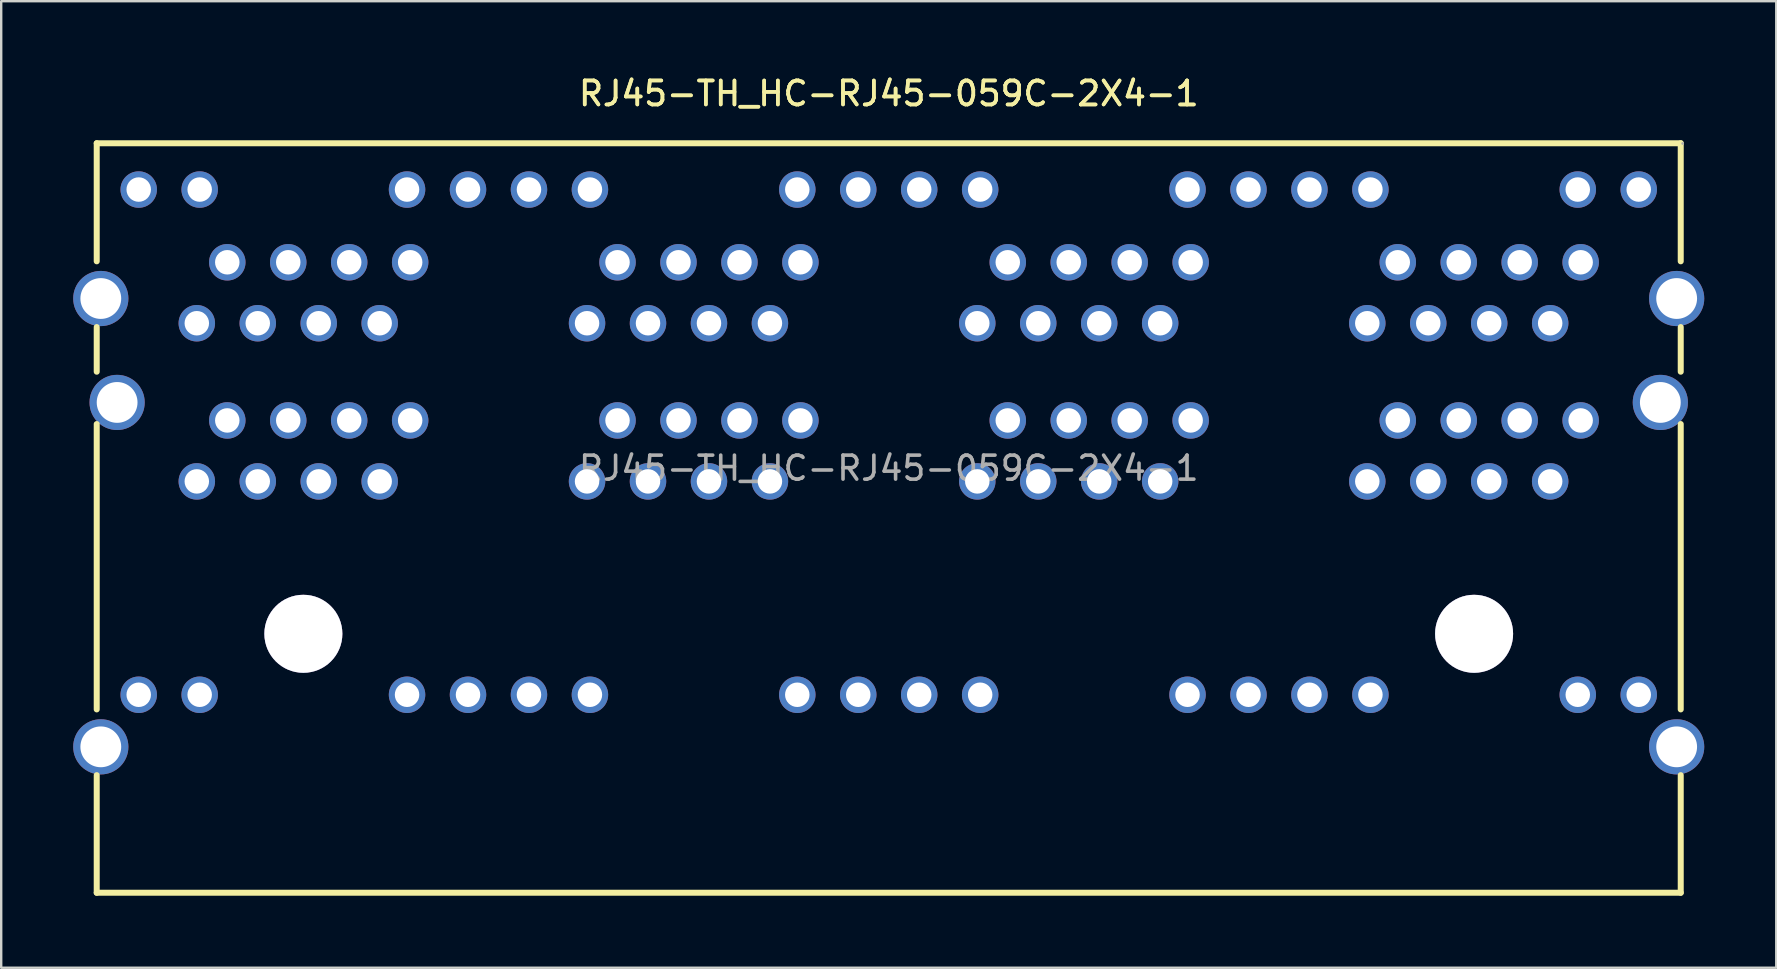
<source format=kicad_pcb>
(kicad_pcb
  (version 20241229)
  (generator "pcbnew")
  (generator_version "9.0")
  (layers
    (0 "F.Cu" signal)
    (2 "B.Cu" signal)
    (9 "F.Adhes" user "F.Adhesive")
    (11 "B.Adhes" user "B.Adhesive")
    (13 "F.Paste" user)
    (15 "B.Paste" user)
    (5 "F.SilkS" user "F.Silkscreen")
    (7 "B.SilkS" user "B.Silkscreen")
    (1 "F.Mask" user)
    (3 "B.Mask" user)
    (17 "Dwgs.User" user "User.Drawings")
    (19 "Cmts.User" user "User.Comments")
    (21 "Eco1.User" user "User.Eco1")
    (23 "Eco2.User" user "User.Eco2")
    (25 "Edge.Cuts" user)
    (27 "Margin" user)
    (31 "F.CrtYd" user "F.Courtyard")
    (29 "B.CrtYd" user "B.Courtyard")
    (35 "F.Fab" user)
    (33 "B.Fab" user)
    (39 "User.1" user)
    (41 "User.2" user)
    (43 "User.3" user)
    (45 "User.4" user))
  (footprint "RJ45-TH_HC-RJ45-059C-2X4-1"
    (layer "F.Cu")
    (at 33.98 16.458)
    (property "Reference" "RJ45-TH_HC-RJ45-059C-2X4-1" (at 0 -15.61 0) (layer "F.SilkS") (effects (font (size 1 1) (thickness 0.15))))
    (attr through_hole)
    (fp_line (start -33 -13.54) (end -33 -8.62) (stroke (width 0.25) (type solid)) (layer "F.SilkS"))
    (fp_line (start -33 -5.88) (end -33 -4.02) (stroke (width 0.25) (type solid)) (layer "F.SilkS"))
    (fp_line (start -33 -1.84) (end -33 10.05) (stroke (width 0.25) (type solid)) (layer "F.SilkS"))
    (fp_line (start -33 12.79) (end -33 17.69) (stroke (width 0.25) (type solid)) (layer "F.SilkS"))
    (fp_line (start 33 -13.54) (end -33 -13.54) (stroke (width 0.25) (type solid)) (layer "F.SilkS"))
    (fp_line (start 33 -13.54) (end 33 -8.62) (stroke (width 0.25) (type solid)) (layer "F.SilkS"))
    (fp_line (start 33 -5.88) (end 33 -4.02) (stroke (width 0.25) (type solid)) (layer "F.SilkS"))
    (fp_line (start 33 -1.84) (end 33 10.05) (stroke (width 0.25) (type solid)) (layer "F.SilkS"))
    (fp_line (start 33 12.79) (end 33 17.69) (stroke (width 0.25) (type solid)) (layer "F.SilkS"))
    (fp_line (start 33 17.69) (end -33 17.69) (stroke (width 0.25) (type solid)) (layer "F.SilkS"))
    (fp_circle (center -24.39 6.9) (end -23.64 6.9) (stroke (width 1.5) (type solid)) (fill no) (layer "Cmts.User"))
    (fp_circle (center 24.39 6.9) (end 25.14 6.9) (stroke (width 1.5) (type solid)) (fill no) (layer "Cmts.User"))
    (fp_circle (center 33.08 -13.53) (end 33.11 -13.53) (stroke (width 0.06) (type solid)) (fill no) (layer "F.Fab"))
    (fp_text user "${REFERENCE}" (at 0 -15.61 0) (layer "F.SilkS") (effects (font (size 1 1) (thickness 0.15))))
    (fp_text user "${REFERENCE}" (at 0 0 0) (layer "F.Fab") (effects (font (size 1 1) (thickness 0.15))))
    (pad "" thru_hole circle (at -24.39 6.9) (size 3.25 3.25) (drill 3.25) (layers "*.Cu" "*.Mask"))
    (pad "" thru_hole circle (at 24.39 6.9) (size 3.25 3.25) (drill 3.25) (layers "*.Cu" "*.Mask"))
    (pad "1" thru_hole circle (at 28.83 -8.58) (size 1.52 1.52) (drill 1.02) (layers "*.Cu" "*.Mask"))
    (pad "2" thru_hole circle (at 27.56 -6.04) (size 1.52 1.52) (drill 1.02) (layers "*.Cu" "*.Mask"))
    (pad "3" thru_hole circle (at 26.29 -8.58) (size 1.52 1.52) (drill 1.02) (layers "*.Cu" "*.Mask"))
    (pad "4" thru_hole circle (at 25.02 -6.04) (size 1.52 1.52) (drill 1.02) (layers "*.Cu" "*.Mask"))
    (pad "5" thru_hole circle (at 23.75 -8.58) (size 1.52 1.52) (drill 1.02) (layers "*.Cu" "*.Mask"))
    (pad "6" thru_hole circle (at 22.48 -6.04) (size 1.52 1.52) (drill 1.02) (layers "*.Cu" "*.Mask"))
    (pad "7" thru_hole circle (at 21.21 -8.58) (size 1.52 1.52) (drill 1.02) (layers "*.Cu" "*.Mask"))
    (pad "8" thru_hole circle (at 19.94 -6.04) (size 1.52 1.52) (drill 1.02) (layers "*.Cu" "*.Mask"))
    (pad "9" thru_hole circle (at 31.25 -11.61) (size 1.52 1.52) (drill 1.02) (layers "*.Cu" "*.Mask"))
    (pad "10" thru_hole circle (at 28.71 -11.61) (size 1.52 1.52) (drill 1.02) (layers "*.Cu" "*.Mask"))
    (pad "11" thru_hole circle (at 20.07 -11.61) (size 1.52 1.52) (drill 1.02) (layers "*.Cu" "*.Mask"))
    (pad "12" thru_hole circle (at 17.53 -11.61) (size 1.52 1.52) (drill 1.02) (layers "*.Cu" "*.Mask"))
    (pad "13" thru_hole circle (at 12.58 -8.58) (size 1.52 1.52) (drill 1.02) (layers "*.Cu" "*.Mask"))
    (pad "14" thru_hole circle (at 11.31 -6.04) (size 1.52 1.52) (drill 1.02) (layers "*.Cu" "*.Mask"))
    (pad "15" thru_hole circle (at 10.04 -8.58) (size 1.52 1.52) (drill 1.02) (layers "*.Cu" "*.Mask"))
    (pad "16" thru_hole circle (at 8.77 -6.04) (size 1.52 1.52) (drill 1.02) (layers "*.Cu" "*.Mask"))
    (pad "17" thru_hole circle (at 7.5 -8.58) (size 1.52 1.52) (drill 1.02) (layers "*.Cu" "*.Mask"))
    (pad "18" thru_hole circle (at 6.23 -6.04) (size 1.52 1.52) (drill 1.02) (layers "*.Cu" "*.Mask"))
    (pad "19" thru_hole circle (at 4.96 -8.58) (size 1.52 1.52) (drill 1.02) (layers "*.Cu" "*.Mask"))
    (pad "20" thru_hole circle (at 3.69 -6.04) (size 1.52 1.52) (drill 1.02) (layers "*.Cu" "*.Mask"))
    (pad "21" thru_hole circle (at 14.99 -11.61) (size 1.52 1.52) (drill 1.02) (layers "*.Cu" "*.Mask"))
    (pad "22" thru_hole circle (at 12.45 -11.61) (size 1.52 1.52) (drill 1.02) (layers "*.Cu" "*.Mask"))
    (pad "23" thru_hole circle (at 3.81 -11.61) (size 1.52 1.52) (drill 1.02) (layers "*.Cu" "*.Mask"))
    (pad "24" thru_hole circle (at 1.27 -11.61) (size 1.52 1.52) (drill 1.02) (layers "*.Cu" "*.Mask"))
    (pad "25" thru_hole circle (at -3.68 -8.58) (size 1.52 1.52) (drill 1.02) (layers "*.Cu" "*.Mask"))
    (pad "26" thru_hole circle (at -4.95 -6.04) (size 1.52 1.52) (drill 1.02) (layers "*.Cu" "*.Mask"))
    (pad "27" thru_hole circle (at -6.22 -8.58) (size 1.52 1.52) (drill 1.02) (layers "*.Cu" "*.Mask"))
    (pad "28" thru_hole circle (at -7.49 -6.04) (size 1.52 1.52) (drill 1.02) (layers "*.Cu" "*.Mask"))
    (pad "29" thru_hole circle (at -8.76 -8.58) (size 1.52 1.52) (drill 1.02) (layers "*.Cu" "*.Mask"))
    (pad "30" thru_hole circle (at -10.03 -6.04) (size 1.52 1.52) (drill 1.02) (layers "*.Cu" "*.Mask"))
    (pad "31" thru_hole circle (at -11.3 -8.58) (size 1.52 1.52) (drill 1.02) (layers "*.Cu" "*.Mask"))
    (pad "32" thru_hole circle (at -12.57 -6.04) (size 1.52 1.52) (drill 1.02) (layers "*.Cu" "*.Mask"))
    (pad "33" thru_hole circle (at -1.27 -11.61) (size 1.52 1.52) (drill 1.02) (layers "*.Cu" "*.Mask"))
    (pad "34" thru_hole circle (at -3.81 -11.61) (size 1.52 1.52) (drill 1.02) (layers "*.Cu" "*.Mask"))
    (pad "35" thru_hole circle (at -12.45 -11.61) (size 1.52 1.52) (drill 1.02) (layers "*.Cu" "*.Mask"))
    (pad "36" thru_hole circle (at -14.99 -11.61) (size 1.52 1.52) (drill 1.02) (layers "*.Cu" "*.Mask"))
    (pad "37" thru_hole circle (at -19.94 -8.58) (size 1.52 1.52) (drill 1.02) (layers "*.Cu" "*.Mask"))
    (pad "38" thru_hole circle (at -21.21 -6.04) (size 1.52 1.52) (drill 1.02) (layers "*.Cu" "*.Mask"))
    (pad "39" thru_hole circle (at -22.48 -8.58) (size 1.52 1.52) (drill 1.02) (layers "*.Cu" "*.Mask"))
    (pad "40" thru_hole circle (at -23.75 -6.04) (size 1.52 1.52) (drill 1.02) (layers "*.Cu" "*.Mask"))
    (pad "41" thru_hole circle (at -25.02 -8.58) (size 1.52 1.52) (drill 1.02) (layers "*.Cu" "*.Mask"))
    (pad "42" thru_hole circle (at -26.29 -6.04) (size 1.52 1.52) (drill 1.02) (layers "*.Cu" "*.Mask"))
    (pad "43" thru_hole circle (at -27.56 -8.58) (size 1.52 1.52) (drill 1.02) (layers "*.Cu" "*.Mask"))
    (pad "44" thru_hole circle (at -28.83 -6.04) (size 1.52 1.52) (drill 1.02) (layers "*.Cu" "*.Mask"))
    (pad "45" thru_hole circle (at -17.53 -11.61) (size 1.52 1.52) (drill 1.02) (layers "*.Cu" "*.Mask"))
    (pad "46" thru_hole circle (at -20.07 -11.61) (size 1.52 1.52) (drill 1.02) (layers "*.Cu" "*.Mask"))
    (pad "47" thru_hole circle (at -28.71 -11.61) (size 1.52 1.52) (drill 1.02) (layers "*.Cu" "*.Mask"))
    (pad "48" thru_hole circle (at -31.25 -11.61) (size 1.52 1.52) (drill 1.02) (layers "*.Cu" "*.Mask"))
    (pad "49" thru_hole circle (at 19.94 0.55) (size 1.52 1.52) (drill 1.02) (layers "*.Cu" "*.Mask"))
    (pad "50" thru_hole circle (at 21.21 -1.99) (size 1.52 1.52) (drill 1.02) (layers "*.Cu" "*.Mask"))
    (pad "51" thru_hole circle (at 22.48 0.55) (size 1.52 1.52) (drill 1.02) (layers "*.Cu" "*.Mask"))
    (pad "52" thru_hole circle (at 23.75 -1.99) (size 1.52 1.52) (drill 1.02) (layers "*.Cu" "*.Mask"))
    (pad "53" thru_hole circle (at 25.02 0.55) (size 1.52 1.52) (drill 1.02) (layers "*.Cu" "*.Mask"))
    (pad "54" thru_hole circle (at 26.29 -1.99) (size 1.52 1.52) (drill 1.02) (layers "*.Cu" "*.Mask"))
    (pad "55" thru_hole circle (at 27.56 0.55) (size 1.52 1.52) (drill 1.02) (layers "*.Cu" "*.Mask"))
    (pad "56" thru_hole circle (at 28.83 -1.99) (size 1.52 1.52) (drill 1.02) (layers "*.Cu" "*.Mask"))
    (pad "57" thru_hole circle (at 17.53 9.44) (size 1.52 1.52) (drill 1.02) (layers "*.Cu" "*.Mask"))
    (pad "58" thru_hole circle (at 20.07 9.44) (size 1.52 1.52) (drill 1.02) (layers "*.Cu" "*.Mask"))
    (pad "59" thru_hole circle (at 28.71 9.44) (size 1.52 1.52) (drill 1.02) (layers "*.Cu" "*.Mask"))
    (pad "60" thru_hole circle (at 31.25 9.44) (size 1.52 1.52) (drill 1.02) (layers "*.Cu" "*.Mask"))
    (pad "61" thru_hole circle (at 3.69 0.55) (size 1.52 1.52) (drill 1.02) (layers "*.Cu" "*.Mask"))
    (pad "62" thru_hole circle (at 4.96 -1.99) (size 1.52 1.52) (drill 1.02) (layers "*.Cu" "*.Mask"))
    (pad "63" thru_hole circle (at 6.23 0.55) (size 1.52 1.52) (drill 1.02) (layers "*.Cu" "*.Mask"))
    (pad "64" thru_hole circle (at 7.5 -1.99) (size 1.52 1.52) (drill 1.02) (layers "*.Cu" "*.Mask"))
    (pad "65" thru_hole circle (at 8.77 0.55) (size 1.52 1.52) (drill 1.02) (layers "*.Cu" "*.Mask"))
    (pad "66" thru_hole circle (at 10.04 -1.99) (size 1.52 1.52) (drill 1.02) (layers "*.Cu" "*.Mask"))
    (pad "67" thru_hole circle (at 11.31 0.55) (size 1.52 1.52) (drill 1.02) (layers "*.Cu" "*.Mask"))
    (pad "68" thru_hole circle (at 12.58 -1.99) (size 1.52 1.52) (drill 1.02) (layers "*.Cu" "*.Mask"))
    (pad "69" thru_hole circle (at 1.27 9.44) (size 1.52 1.52) (drill 1.02) (layers "*.Cu" "*.Mask"))
    (pad "70" thru_hole circle (at 3.81 9.44) (size 1.52 1.52) (drill 1.02) (layers "*.Cu" "*.Mask"))
    (pad "71" thru_hole circle (at 12.45 9.44) (size 1.52 1.52) (drill 1.02) (layers "*.Cu" "*.Mask"))
    (pad "72" thru_hole circle (at 14.99 9.44) (size 1.52 1.52) (drill 1.02) (layers "*.Cu" "*.Mask"))
    (pad "73" thru_hole circle (at -12.57 0.55) (size 1.52 1.52) (drill 1.02) (layers "*.Cu" "*.Mask"))
    (pad "74" thru_hole circle (at -11.3 -1.99) (size 1.52 1.52) (drill 1.02) (layers "*.Cu" "*.Mask"))
    (pad "75" thru_hole circle (at -10.03 0.55) (size 1.52 1.52) (drill 1.02) (layers "*.Cu" "*.Mask"))
    (pad "76" thru_hole circle (at -8.76 -1.99) (size 1.52 1.52) (drill 1.02) (layers "*.Cu" "*.Mask"))
    (pad "77" thru_hole circle (at -7.49 0.55) (size 1.52 1.52) (drill 1.02) (layers "*.Cu" "*.Mask"))
    (pad "78" thru_hole circle (at -6.22 -1.99) (size 1.52 1.52) (drill 1.02) (layers "*.Cu" "*.Mask"))
    (pad "79" thru_hole circle (at -4.95 0.55) (size 1.52 1.52) (drill 1.02) (layers "*.Cu" "*.Mask"))
    (pad "80" thru_hole circle (at -3.68 -1.99) (size 1.52 1.52) (drill 1.02) (layers "*.Cu" "*.Mask"))
    (pad "81" thru_hole circle (at -14.99 9.44) (size 1.52 1.52) (drill 1.02) (layers "*.Cu" "*.Mask"))
    (pad "82" thru_hole circle (at -12.45 9.44) (size 1.52 1.52) (drill 1.02) (layers "*.Cu" "*.Mask"))
    (pad "83" thru_hole circle (at -3.81 9.44) (size 1.52 1.52) (drill 1.02) (layers "*.Cu" "*.Mask"))
    (pad "84" thru_hole circle (at -1.27 9.44) (size 1.52 1.52) (drill 1.02) (layers "*.Cu" "*.Mask"))
    (pad "85" thru_hole circle (at -28.83 0.55) (size 1.52 1.52) (drill 1.02) (layers "*.Cu" "*.Mask"))
    (pad "86" thru_hole circle (at -27.56 -1.99) (size 1.52 1.52) (drill 1.02) (layers "*.Cu" "*.Mask"))
    (pad "87" thru_hole circle (at -26.29 0.55) (size 1.52 1.52) (drill 1.02) (layers "*.Cu" "*.Mask"))
    (pad "88" thru_hole circle (at -25.02 -1.99) (size 1.52 1.52) (drill 1.02) (layers "*.Cu" "*.Mask"))
    (pad "89" thru_hole circle (at -23.75 0.55) (size 1.52 1.52) (drill 1.02) (layers "*.Cu" "*.Mask"))
    (pad "90" thru_hole circle (at -22.48 -1.99) (size 1.52 1.52) (drill 1.02) (layers "*.Cu" "*.Mask"))
    (pad "91" thru_hole circle (at -21.21 0.55) (size 1.52 1.52) (drill 1.02) (layers "*.Cu" "*.Mask"))
    (pad "92" thru_hole circle (at -19.94 -1.99) (size 1.52 1.52) (drill 1.02) (layers "*.Cu" "*.Mask"))
    (pad "93" thru_hole circle (at -31.25 9.44) (size 1.52 1.52) (drill 1.02) (layers "*.Cu" "*.Mask"))
    (pad "94" thru_hole circle (at -28.71 9.44) (size 1.52 1.52) (drill 1.02) (layers "*.Cu" "*.Mask"))
    (pad "95" thru_hole circle (at -20.07 9.44) (size 1.52 1.52) (drill 1.02) (layers "*.Cu" "*.Mask"))
    (pad "96" thru_hole circle (at -17.53 9.44) (size 1.52 1.52) (drill 1.02) (layers "*.Cu" "*.Mask"))
    (pad "97" thru_hole circle (at 32.83 -7.07) (size 2.3 2.3) (drill 1.7) (layers "*.Cu" "*.Mask"))
    (pad "98" thru_hole circle (at 32.15 -2.74) (size 2.3 2.3) (drill 1.7) (layers "*.Cu" "*.Mask"))
    (pad "99" thru_hole circle (at 32.83 11.61) (size 2.3 2.3) (drill 1.7) (layers "*.Cu" "*.Mask"))
    (pad "100" thru_hole circle (at -32.83 -7.07) (size 2.3 2.3) (drill 1.7) (layers "*.Cu" "*.Mask"))
    (pad "101" thru_hole circle (at -32.15 -2.74) (size 2.3 2.3) (drill 1.7) (layers "*.Cu" "*.Mask"))
    (pad "102" thru_hole circle (at -32.83 11.61) (size 2.3 2.3) (drill 1.7) (layers "*.Cu" "*.Mask")))
  (gr_rect
    (start -3 -3)
    (end 70.96 37.273)
    (stroke (width 0.1) (type default))
    (fill no)
    (layer "Edge.Cuts")))
</source>
